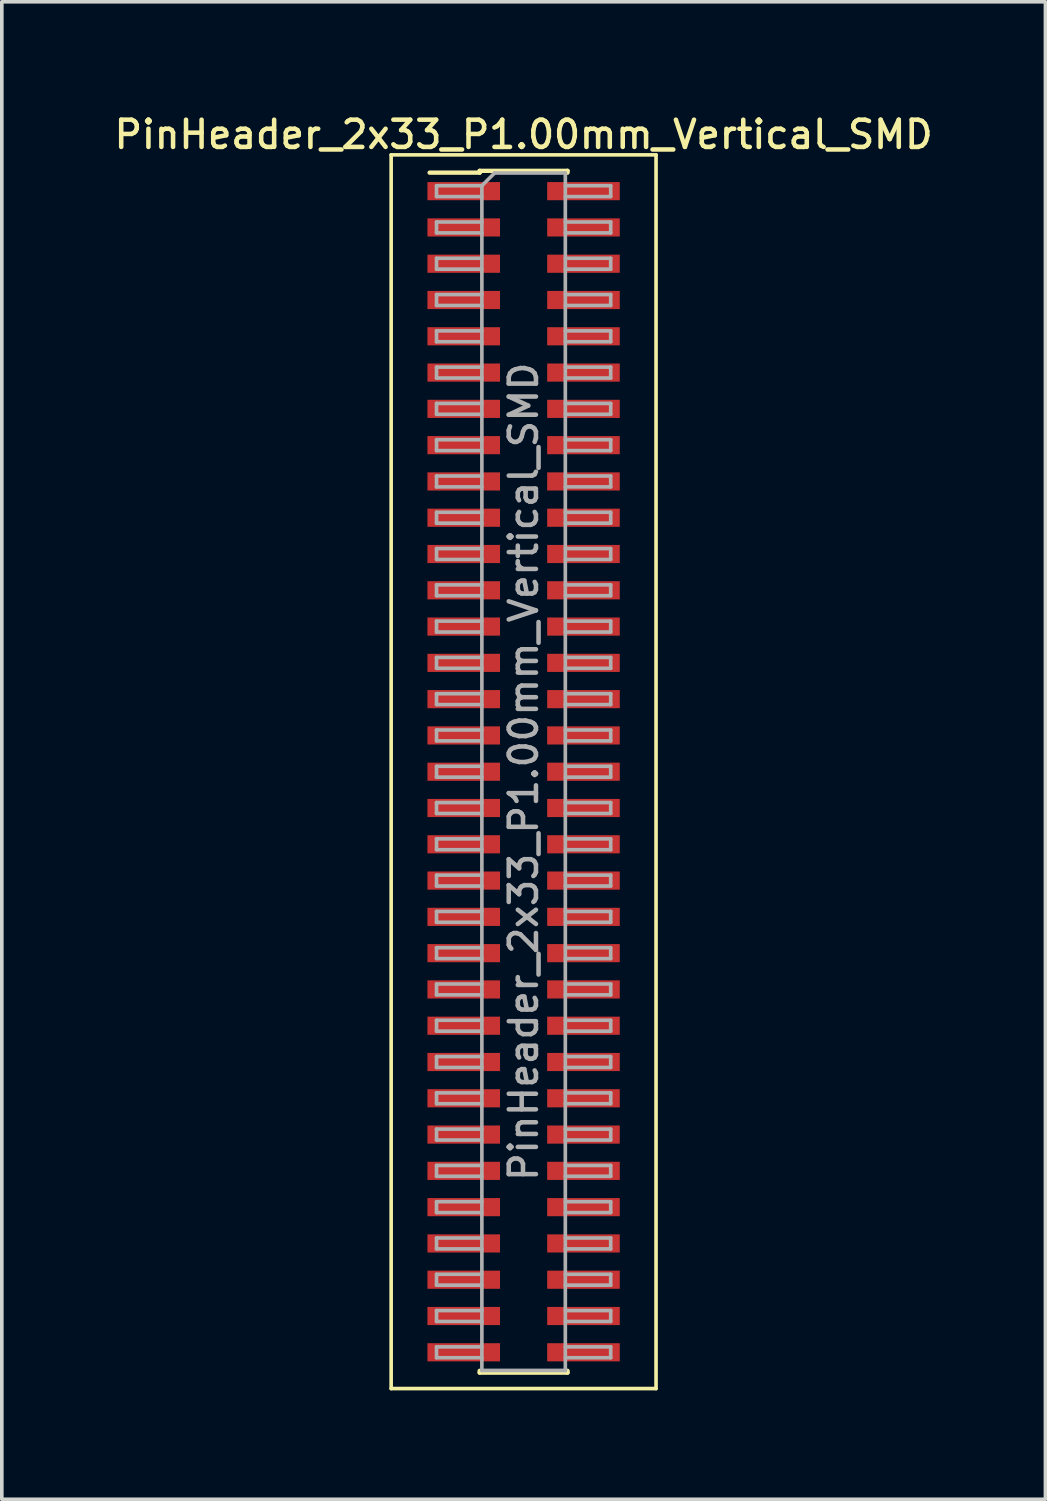
<source format=kicad_pcb>
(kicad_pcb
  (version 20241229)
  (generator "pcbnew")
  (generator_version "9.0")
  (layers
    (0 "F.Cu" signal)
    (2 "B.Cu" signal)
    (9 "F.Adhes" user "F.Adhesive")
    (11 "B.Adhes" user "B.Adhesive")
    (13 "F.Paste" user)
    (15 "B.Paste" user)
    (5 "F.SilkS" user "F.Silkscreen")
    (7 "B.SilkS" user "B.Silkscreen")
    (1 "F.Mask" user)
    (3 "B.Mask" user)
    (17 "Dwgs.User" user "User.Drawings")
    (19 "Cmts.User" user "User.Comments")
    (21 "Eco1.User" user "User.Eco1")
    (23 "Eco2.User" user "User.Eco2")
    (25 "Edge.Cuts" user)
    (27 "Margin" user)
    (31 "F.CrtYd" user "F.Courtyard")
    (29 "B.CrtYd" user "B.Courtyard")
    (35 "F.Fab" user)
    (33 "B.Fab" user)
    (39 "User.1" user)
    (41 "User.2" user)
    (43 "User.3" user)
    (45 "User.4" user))
  (footprint "PinHeader_2x33_P1.00mm_Vertical_SMD"
    (layer "F.Cu")
    (at 11.38 18.218)
    (property "Reference" "PinHeader_2x33_P1.00mm_Vertical_SMD" (at 0 -17.56 0) (layer "F.SilkS") (effects (font (size 0.75 0.75) (thickness 0.125))))
    (attr smd)
    (fp_line (start -3.65 -17) (end -3.65 17) (stroke (width 0.1) (type solid)) (layer "F.SilkS"))
    (fp_line (start -3.65 17) (end 3.65 17) (stroke (width 0.1) (type solid)) (layer "F.SilkS"))
    (fp_line (start -2.59 -16.51) (end -1.21 -16.51) (stroke (width 0.12) (type solid)) (layer "F.SilkS"))
    (fp_line (start -1.21 -16.56) (end -1.21 -16.51) (stroke (width 0.12) (type solid)) (layer "F.SilkS"))
    (fp_line (start -1.21 -16.56) (end 1.21 -16.56) (stroke (width 0.12) (type solid)) (layer "F.SilkS"))
    (fp_line (start -1.21 16.51) (end -1.21 16.56) (stroke (width 0.12) (type solid)) (layer "F.SilkS"))
    (fp_line (start -1.21 16.56) (end 1.21 16.56) (stroke (width 0.12) (type solid)) (layer "F.SilkS"))
    (fp_line (start 1.21 -16.56) (end 1.21 -16.51) (stroke (width 0.12) (type solid)) (layer "F.SilkS"))
    (fp_line (start 1.21 16.51) (end 1.21 16.56) (stroke (width 0.12) (type solid)) (layer "F.SilkS"))
    (fp_line (start 3.65 -17) (end -3.65 -17) (stroke (width 0.1) (type solid)) (layer "F.SilkS"))
    (fp_line (start 3.65 17) (end 3.65 -17) (stroke (width 0.1) (type solid)) (layer "F.SilkS"))
    (fp_line (start -2.4 -16.15) (end -2.4 -15.85) (stroke (width 0.1) (type solid)) (layer "F.Fab"))
    (fp_line (start -2.4 -15.85) (end -1.15 -15.85) (stroke (width 0.1) (type solid)) (layer "F.Fab"))
    (fp_line (start -2.4 -15.15) (end -2.4 -14.85) (stroke (width 0.1) (type solid)) (layer "F.Fab"))
    (fp_line (start -2.4 -14.85) (end -1.15 -14.85) (stroke (width 0.1) (type solid)) (layer "F.Fab"))
    (fp_line (start -2.4 -14.15) (end -2.4 -13.85) (stroke (width 0.1) (type solid)) (layer "F.Fab"))
    (fp_line (start -2.4 -13.85) (end -1.15 -13.85) (stroke (width 0.1) (type solid)) (layer "F.Fab"))
    (fp_line (start -2.4 -13.15) (end -2.4 -12.85) (stroke (width 0.1) (type solid)) (layer "F.Fab"))
    (fp_line (start -2.4 -12.85) (end -1.15 -12.85) (stroke (width 0.1) (type solid)) (layer "F.Fab"))
    (fp_line (start -2.4 -12.15) (end -2.4 -11.85) (stroke (width 0.1) (type solid)) (layer "F.Fab"))
    (fp_line (start -2.4 -11.85) (end -1.15 -11.85) (stroke (width 0.1) (type solid)) (layer "F.Fab"))
    (fp_line (start -2.4 -11.15) (end -2.4 -10.85) (stroke (width 0.1) (type solid)) (layer "F.Fab"))
    (fp_line (start -2.4 -10.85) (end -1.15 -10.85) (stroke (width 0.1) (type solid)) (layer "F.Fab"))
    (fp_line (start -2.4 -10.15) (end -2.4 -9.85) (stroke (width 0.1) (type solid)) (layer "F.Fab"))
    (fp_line (start -2.4 -9.85) (end -1.15 -9.85) (stroke (width 0.1) (type solid)) (layer "F.Fab"))
    (fp_line (start -2.4 -9.15) (end -2.4 -8.85) (stroke (width 0.1) (type solid)) (layer "F.Fab"))
    (fp_line (start -2.4 -8.85) (end -1.15 -8.85) (stroke (width 0.1) (type solid)) (layer "F.Fab"))
    (fp_line (start -2.4 -8.15) (end -2.4 -7.85) (stroke (width 0.1) (type solid)) (layer "F.Fab"))
    (fp_line (start -2.4 -7.85) (end -1.15 -7.85) (stroke (width 0.1) (type solid)) (layer "F.Fab"))
    (fp_line (start -2.4 -7.15) (end -2.4 -6.85) (stroke (width 0.1) (type solid)) (layer "F.Fab"))
    (fp_line (start -2.4 -6.85) (end -1.15 -6.85) (stroke (width 0.1) (type solid)) (layer "F.Fab"))
    (fp_line (start -2.4 -6.15) (end -2.4 -5.85) (stroke (width 0.1) (type solid)) (layer "F.Fab"))
    (fp_line (start -2.4 -5.85) (end -1.15 -5.85) (stroke (width 0.1) (type solid)) (layer "F.Fab"))
    (fp_line (start -2.4 -5.15) (end -2.4 -4.85) (stroke (width 0.1) (type solid)) (layer "F.Fab"))
    (fp_line (start -2.4 -4.85) (end -1.15 -4.85) (stroke (width 0.1) (type solid)) (layer "F.Fab"))
    (fp_line (start -2.4 -4.15) (end -2.4 -3.85) (stroke (width 0.1) (type solid)) (layer "F.Fab"))
    (fp_line (start -2.4 -3.85) (end -1.15 -3.85) (stroke (width 0.1) (type solid)) (layer "F.Fab"))
    (fp_line (start -2.4 -3.15) (end -2.4 -2.85) (stroke (width 0.1) (type solid)) (layer "F.Fab"))
    (fp_line (start -2.4 -2.85) (end -1.15 -2.85) (stroke (width 0.1) (type solid)) (layer "F.Fab"))
    (fp_line (start -2.4 -2.15) (end -2.4 -1.85) (stroke (width 0.1) (type solid)) (layer "F.Fab"))
    (fp_line (start -2.4 -1.85) (end -1.15 -1.85) (stroke (width 0.1) (type solid)) (layer "F.Fab"))
    (fp_line (start -2.4 -1.15) (end -2.4 -0.85) (stroke (width 0.1) (type solid)) (layer "F.Fab"))
    (fp_line (start -2.4 -0.85) (end -1.15 -0.85) (stroke (width 0.1) (type solid)) (layer "F.Fab"))
    (fp_line (start -2.4 -0.15) (end -2.4 0.15) (stroke (width 0.1) (type solid)) (layer "F.Fab"))
    (fp_line (start -2.4 0.15) (end -1.15 0.15) (stroke (width 0.1) (type solid)) (layer "F.Fab"))
    (fp_line (start -2.4 0.85) (end -2.4 1.15) (stroke (width 0.1) (type solid)) (layer "F.Fab"))
    (fp_line (start -2.4 1.15) (end -1.15 1.15) (stroke (width 0.1) (type solid)) (layer "F.Fab"))
    (fp_line (start -2.4 1.85) (end -2.4 2.15) (stroke (width 0.1) (type solid)) (layer "F.Fab"))
    (fp_line (start -2.4 2.15) (end -1.15 2.15) (stroke (width 0.1) (type solid)) (layer "F.Fab"))
    (fp_line (start -2.4 2.85) (end -2.4 3.15) (stroke (width 0.1) (type solid)) (layer "F.Fab"))
    (fp_line (start -2.4 3.15) (end -1.15 3.15) (stroke (width 0.1) (type solid)) (layer "F.Fab"))
    (fp_line (start -2.4 3.85) (end -2.4 4.15) (stroke (width 0.1) (type solid)) (layer "F.Fab"))
    (fp_line (start -2.4 4.15) (end -1.15 4.15) (stroke (width 0.1) (type solid)) (layer "F.Fab"))
    (fp_line (start -2.4 4.85) (end -2.4 5.15) (stroke (width 0.1) (type solid)) (layer "F.Fab"))
    (fp_line (start -2.4 5.15) (end -1.15 5.15) (stroke (width 0.1) (type solid)) (layer "F.Fab"))
    (fp_line (start -2.4 5.85) (end -2.4 6.15) (stroke (width 0.1) (type solid)) (layer "F.Fab"))
    (fp_line (start -2.4 6.15) (end -1.15 6.15) (stroke (width 0.1) (type solid)) (layer "F.Fab"))
    (fp_line (start -2.4 6.85) (end -2.4 7.15) (stroke (width 0.1) (type solid)) (layer "F.Fab"))
    (fp_line (start -2.4 7.15) (end -1.15 7.15) (stroke (width 0.1) (type solid)) (layer "F.Fab"))
    (fp_line (start -2.4 7.85) (end -2.4 8.15) (stroke (width 0.1) (type solid)) (layer "F.Fab"))
    (fp_line (start -2.4 8.15) (end -1.15 8.15) (stroke (width 0.1) (type solid)) (layer "F.Fab"))
    (fp_line (start -2.4 8.85) (end -2.4 9.15) (stroke (width 0.1) (type solid)) (layer "F.Fab"))
    (fp_line (start -2.4 9.15) (end -1.15 9.15) (stroke (width 0.1) (type solid)) (layer "F.Fab"))
    (fp_line (start -2.4 9.85) (end -2.4 10.15) (stroke (width 0.1) (type solid)) (layer "F.Fab"))
    (fp_line (start -2.4 10.15) (end -1.15 10.15) (stroke (width 0.1) (type solid)) (layer "F.Fab"))
    (fp_line (start -2.4 10.85) (end -2.4 11.15) (stroke (width 0.1) (type solid)) (layer "F.Fab"))
    (fp_line (start -2.4 11.15) (end -1.15 11.15) (stroke (width 0.1) (type solid)) (layer "F.Fab"))
    (fp_line (start -2.4 11.85) (end -2.4 12.15) (stroke (width 0.1) (type solid)) (layer "F.Fab"))
    (fp_line (start -2.4 12.15) (end -1.15 12.15) (stroke (width 0.1) (type solid)) (layer "F.Fab"))
    (fp_line (start -2.4 12.85) (end -2.4 13.15) (stroke (width 0.1) (type solid)) (layer "F.Fab"))
    (fp_line (start -2.4 13.15) (end -1.15 13.15) (stroke (width 0.1) (type solid)) (layer "F.Fab"))
    (fp_line (start -2.4 13.85) (end -2.4 14.15) (stroke (width 0.1) (type solid)) (layer "F.Fab"))
    (fp_line (start -2.4 14.15) (end -1.15 14.15) (stroke (width 0.1) (type solid)) (layer "F.Fab"))
    (fp_line (start -2.4 14.85) (end -2.4 15.15) (stroke (width 0.1) (type solid)) (layer "F.Fab"))
    (fp_line (start -2.4 15.15) (end -1.15 15.15) (stroke (width 0.1) (type solid)) (layer "F.Fab"))
    (fp_line (start -2.4 15.85) (end -2.4 16.15) (stroke (width 0.1) (type solid)) (layer "F.Fab"))
    (fp_line (start -2.4 16.15) (end -1.15 16.15) (stroke (width 0.1) (type solid)) (layer "F.Fab"))
    (fp_line (start -1.15 -16.15) (end -2.4 -16.15) (stroke (width 0.1) (type solid)) (layer "F.Fab"))
    (fp_line (start -1.15 -16.15) (end -0.8 -16.5) (stroke (width 0.1) (type solid)) (layer "F.Fab"))
    (fp_line (start -1.15 -15.15) (end -2.4 -15.15) (stroke (width 0.1) (type solid)) (layer "F.Fab"))
    (fp_line (start -1.15 -14.15) (end -2.4 -14.15) (stroke (width 0.1) (type solid)) (layer "F.Fab"))
    (fp_line (start -1.15 -13.15) (end -2.4 -13.15) (stroke (width 0.1) (type solid)) (layer "F.Fab"))
    (fp_line (start -1.15 -12.15) (end -2.4 -12.15) (stroke (width 0.1) (type solid)) (layer "F.Fab"))
    (fp_line (start -1.15 -11.15) (end -2.4 -11.15) (stroke (width 0.1) (type solid)) (layer "F.Fab"))
    (fp_line (start -1.15 -10.15) (end -2.4 -10.15) (stroke (width 0.1) (type solid)) (layer "F.Fab"))
    (fp_line (start -1.15 -9.15) (end -2.4 -9.15) (stroke (width 0.1) (type solid)) (layer "F.Fab"))
    (fp_line (start -1.15 -8.15) (end -2.4 -8.15) (stroke (width 0.1) (type solid)) (layer "F.Fab"))
    (fp_line (start -1.15 -7.15) (end -2.4 -7.15) (stroke (width 0.1) (type solid)) (layer "F.Fab"))
    (fp_line (start -1.15 -6.15) (end -2.4 -6.15) (stroke (width 0.1) (type solid)) (layer "F.Fab"))
    (fp_line (start -1.15 -5.15) (end -2.4 -5.15) (stroke (width 0.1) (type solid)) (layer "F.Fab"))
    (fp_line (start -1.15 -4.15) (end -2.4 -4.15) (stroke (width 0.1) (type solid)) (layer "F.Fab"))
    (fp_line (start -1.15 -3.15) (end -2.4 -3.15) (stroke (width 0.1) (type solid)) (layer "F.Fab"))
    (fp_line (start -1.15 -2.15) (end -2.4 -2.15) (stroke (width 0.1) (type solid)) (layer "F.Fab"))
    (fp_line (start -1.15 -1.15) (end -2.4 -1.15) (stroke (width 0.1) (type solid)) (layer "F.Fab"))
    (fp_line (start -1.15 -0.15) (end -2.4 -0.15) (stroke (width 0.1) (type solid)) (layer "F.Fab"))
    (fp_line (start -1.15 0.85) (end -2.4 0.85) (stroke (width 0.1) (type solid)) (layer "F.Fab"))
    (fp_line (start -1.15 1.85) (end -2.4 1.85) (stroke (width 0.1) (type solid)) (layer "F.Fab"))
    (fp_line (start -1.15 2.85) (end -2.4 2.85) (stroke (width 0.1) (type solid)) (layer "F.Fab"))
    (fp_line (start -1.15 3.85) (end -2.4 3.85) (stroke (width 0.1) (type solid)) (layer "F.Fab"))
    (fp_line (start -1.15 4.85) (end -2.4 4.85) (stroke (width 0.1) (type solid)) (layer "F.Fab"))
    (fp_line (start -1.15 5.85) (end -2.4 5.85) (stroke (width 0.1) (type solid)) (layer "F.Fab"))
    (fp_line (start -1.15 6.85) (end -2.4 6.85) (stroke (width 0.1) (type solid)) (layer "F.Fab"))
    (fp_line (start -1.15 7.85) (end -2.4 7.85) (stroke (width 0.1) (type solid)) (layer "F.Fab"))
    (fp_line (start -1.15 8.85) (end -2.4 8.85) (stroke (width 0.1) (type solid)) (layer "F.Fab"))
    (fp_line (start -1.15 9.85) (end -2.4 9.85) (stroke (width 0.1) (type solid)) (layer "F.Fab"))
    (fp_line (start -1.15 10.85) (end -2.4 10.85) (stroke (width 0.1) (type solid)) (layer "F.Fab"))
    (fp_line (start -1.15 11.85) (end -2.4 11.85) (stroke (width 0.1) (type solid)) (layer "F.Fab"))
    (fp_line (start -1.15 12.85) (end -2.4 12.85) (stroke (width 0.1) (type solid)) (layer "F.Fab"))
    (fp_line (start -1.15 13.85) (end -2.4 13.85) (stroke (width 0.1) (type solid)) (layer "F.Fab"))
    (fp_line (start -1.15 14.85) (end -2.4 14.85) (stroke (width 0.1) (type solid)) (layer "F.Fab"))
    (fp_line (start -1.15 15.85) (end -2.4 15.85) (stroke (width 0.1) (type solid)) (layer "F.Fab"))
    (fp_line (start -1.15 16.5) (end -1.15 -16.15) (stroke (width 0.1) (type solid)) (layer "F.Fab"))
    (fp_line (start -0.8 -16.5) (end 1.15 -16.5) (stroke (width 0.1) (type solid)) (layer "F.Fab"))
    (fp_line (start 1.15 -16.5) (end 1.15 16.5) (stroke (width 0.1) (type solid)) (layer "F.Fab"))
    (fp_line (start 1.15 -16.15) (end 2.4 -16.15) (stroke (width 0.1) (type solid)) (layer "F.Fab"))
    (fp_line (start 1.15 -15.15) (end 2.4 -15.15) (stroke (width 0.1) (type solid)) (layer "F.Fab"))
    (fp_line (start 1.15 -14.15) (end 2.4 -14.15) (stroke (width 0.1) (type solid)) (layer "F.Fab"))
    (fp_line (start 1.15 -13.15) (end 2.4 -13.15) (stroke (width 0.1) (type solid)) (layer "F.Fab"))
    (fp_line (start 1.15 -12.15) (end 2.4 -12.15) (stroke (width 0.1) (type solid)) (layer "F.Fab"))
    (fp_line (start 1.15 -11.15) (end 2.4 -11.15) (stroke (width 0.1) (type solid)) (layer "F.Fab"))
    (fp_line (start 1.15 -10.15) (end 2.4 -10.15) (stroke (width 0.1) (type solid)) (layer "F.Fab"))
    (fp_line (start 1.15 -9.15) (end 2.4 -9.15) (stroke (width 0.1) (type solid)) (layer "F.Fab"))
    (fp_line (start 1.15 -8.15) (end 2.4 -8.15) (stroke (width 0.1) (type solid)) (layer "F.Fab"))
    (fp_line (start 1.15 -7.15) (end 2.4 -7.15) (stroke (width 0.1) (type solid)) (layer "F.Fab"))
    (fp_line (start 1.15 -6.15) (end 2.4 -6.15) (stroke (width 0.1) (type solid)) (layer "F.Fab"))
    (fp_line (start 1.15 -5.15) (end 2.4 -5.15) (stroke (width 0.1) (type solid)) (layer "F.Fab"))
    (fp_line (start 1.15 -4.15) (end 2.4 -4.15) (stroke (width 0.1) (type solid)) (layer "F.Fab"))
    (fp_line (start 1.15 -3.15) (end 2.4 -3.15) (stroke (width 0.1) (type solid)) (layer "F.Fab"))
    (fp_line (start 1.15 -2.15) (end 2.4 -2.15) (stroke (width 0.1) (type solid)) (layer "F.Fab"))
    (fp_line (start 1.15 -1.15) (end 2.4 -1.15) (stroke (width 0.1) (type solid)) (layer "F.Fab"))
    (fp_line (start 1.15 -0.15) (end 2.4 -0.15) (stroke (width 0.1) (type solid)) (layer "F.Fab"))
    (fp_line (start 1.15 0.85) (end 2.4 0.85) (stroke (width 0.1) (type solid)) (layer "F.Fab"))
    (fp_line (start 1.15 1.85) (end 2.4 1.85) (stroke (width 0.1) (type solid)) (layer "F.Fab"))
    (fp_line (start 1.15 2.85) (end 2.4 2.85) (stroke (width 0.1) (type solid)) (layer "F.Fab"))
    (fp_line (start 1.15 3.85) (end 2.4 3.85) (stroke (width 0.1) (type solid)) (layer "F.Fab"))
    (fp_line (start 1.15 4.85) (end 2.4 4.85) (stroke (width 0.1) (type solid)) (layer "F.Fab"))
    (fp_line (start 1.15 5.85) (end 2.4 5.85) (stroke (width 0.1) (type solid)) (layer "F.Fab"))
    (fp_line (start 1.15 6.85) (end 2.4 6.85) (stroke (width 0.1) (type solid)) (layer "F.Fab"))
    (fp_line (start 1.15 7.85) (end 2.4 7.85) (stroke (width 0.1) (type solid)) (layer "F.Fab"))
    (fp_line (start 1.15 8.85) (end 2.4 8.85) (stroke (width 0.1) (type solid)) (layer "F.Fab"))
    (fp_line (start 1.15 9.85) (end 2.4 9.85) (stroke (width 0.1) (type solid)) (layer "F.Fab"))
    (fp_line (start 1.15 10.85) (end 2.4 10.85) (stroke (width 0.1) (type solid)) (layer "F.Fab"))
    (fp_line (start 1.15 11.85) (end 2.4 11.85) (stroke (width 0.1) (type solid)) (layer "F.Fab"))
    (fp_line (start 1.15 12.85) (end 2.4 12.85) (stroke (width 0.1) (type solid)) (layer "F.Fab"))
    (fp_line (start 1.15 13.85) (end 2.4 13.85) (stroke (width 0.1) (type solid)) (layer "F.Fab"))
    (fp_line (start 1.15 14.85) (end 2.4 14.85) (stroke (width 0.1) (type solid)) (layer "F.Fab"))
    (fp_line (start 1.15 15.85) (end 2.4 15.85) (stroke (width 0.1) (type solid)) (layer "F.Fab"))
    (fp_line (start 1.15 16.5) (end -1.15 16.5) (stroke (width 0.1) (type solid)) (layer "F.Fab"))
    (fp_line (start 2.4 -16.15) (end 2.4 -15.85) (stroke (width 0.1) (type solid)) (layer "F.Fab"))
    (fp_line (start 2.4 -15.85) (end 1.15 -15.85) (stroke (width 0.1) (type solid)) (layer "F.Fab"))
    (fp_line (start 2.4 -15.15) (end 2.4 -14.85) (stroke (width 0.1) (type solid)) (layer "F.Fab"))
    (fp_line (start 2.4 -14.85) (end 1.15 -14.85) (stroke (width 0.1) (type solid)) (layer "F.Fab"))
    (fp_line (start 2.4 -14.15) (end 2.4 -13.85) (stroke (width 0.1) (type solid)) (layer "F.Fab"))
    (fp_line (start 2.4 -13.85) (end 1.15 -13.85) (stroke (width 0.1) (type solid)) (layer "F.Fab"))
    (fp_line (start 2.4 -13.15) (end 2.4 -12.85) (stroke (width 0.1) (type solid)) (layer "F.Fab"))
    (fp_line (start 2.4 -12.85) (end 1.15 -12.85) (stroke (width 0.1) (type solid)) (layer "F.Fab"))
    (fp_line (start 2.4 -12.15) (end 2.4 -11.85) (stroke (width 0.1) (type solid)) (layer "F.Fab"))
    (fp_line (start 2.4 -11.85) (end 1.15 -11.85) (stroke (width 0.1) (type solid)) (layer "F.Fab"))
    (fp_line (start 2.4 -11.15) (end 2.4 -10.85) (stroke (width 0.1) (type solid)) (layer "F.Fab"))
    (fp_line (start 2.4 -10.85) (end 1.15 -10.85) (stroke (width 0.1) (type solid)) (layer "F.Fab"))
    (fp_line (start 2.4 -10.15) (end 2.4 -9.85) (stroke (width 0.1) (type solid)) (layer "F.Fab"))
    (fp_line (start 2.4 -9.85) (end 1.15 -9.85) (stroke (width 0.1) (type solid)) (layer "F.Fab"))
    (fp_line (start 2.4 -9.15) (end 2.4 -8.85) (stroke (width 0.1) (type solid)) (layer "F.Fab"))
    (fp_line (start 2.4 -8.85) (end 1.15 -8.85) (stroke (width 0.1) (type solid)) (layer "F.Fab"))
    (fp_line (start 2.4 -8.15) (end 2.4 -7.85) (stroke (width 0.1) (type solid)) (layer "F.Fab"))
    (fp_line (start 2.4 -7.85) (end 1.15 -7.85) (stroke (width 0.1) (type solid)) (layer "F.Fab"))
    (fp_line (start 2.4 -7.15) (end 2.4 -6.85) (stroke (width 0.1) (type solid)) (layer "F.Fab"))
    (fp_line (start 2.4 -6.85) (end 1.15 -6.85) (stroke (width 0.1) (type solid)) (layer "F.Fab"))
    (fp_line (start 2.4 -6.15) (end 2.4 -5.85) (stroke (width 0.1) (type solid)) (layer "F.Fab"))
    (fp_line (start 2.4 -5.85) (end 1.15 -5.85) (stroke (width 0.1) (type solid)) (layer "F.Fab"))
    (fp_line (start 2.4 -5.15) (end 2.4 -4.85) (stroke (width 0.1) (type solid)) (layer "F.Fab"))
    (fp_line (start 2.4 -4.85) (end 1.15 -4.85) (stroke (width 0.1) (type solid)) (layer "F.Fab"))
    (fp_line (start 2.4 -4.15) (end 2.4 -3.85) (stroke (width 0.1) (type solid)) (layer "F.Fab"))
    (fp_line (start 2.4 -3.85) (end 1.15 -3.85) (stroke (width 0.1) (type solid)) (layer "F.Fab"))
    (fp_line (start 2.4 -3.15) (end 2.4 -2.85) (stroke (width 0.1) (type solid)) (layer "F.Fab"))
    (fp_line (start 2.4 -2.85) (end 1.15 -2.85) (stroke (width 0.1) (type solid)) (layer "F.Fab"))
    (fp_line (start 2.4 -2.15) (end 2.4 -1.85) (stroke (width 0.1) (type solid)) (layer "F.Fab"))
    (fp_line (start 2.4 -1.85) (end 1.15 -1.85) (stroke (width 0.1) (type solid)) (layer "F.Fab"))
    (fp_line (start 2.4 -1.15) (end 2.4 -0.85) (stroke (width 0.1) (type solid)) (layer "F.Fab"))
    (fp_line (start 2.4 -0.85) (end 1.15 -0.85) (stroke (width 0.1) (type solid)) (layer "F.Fab"))
    (fp_line (start 2.4 -0.15) (end 2.4 0.15) (stroke (width 0.1) (type solid)) (layer "F.Fab"))
    (fp_line (start 2.4 0.15) (end 1.15 0.15) (stroke (width 0.1) (type solid)) (layer "F.Fab"))
    (fp_line (start 2.4 0.85) (end 2.4 1.15) (stroke (width 0.1) (type solid)) (layer "F.Fab"))
    (fp_line (start 2.4 1.15) (end 1.15 1.15) (stroke (width 0.1) (type solid)) (layer "F.Fab"))
    (fp_line (start 2.4 1.85) (end 2.4 2.15) (stroke (width 0.1) (type solid)) (layer "F.Fab"))
    (fp_line (start 2.4 2.15) (end 1.15 2.15) (stroke (width 0.1) (type solid)) (layer "F.Fab"))
    (fp_line (start 2.4 2.85) (end 2.4 3.15) (stroke (width 0.1) (type solid)) (layer "F.Fab"))
    (fp_line (start 2.4 3.15) (end 1.15 3.15) (stroke (width 0.1) (type solid)) (layer "F.Fab"))
    (fp_line (start 2.4 3.85) (end 2.4 4.15) (stroke (width 0.1) (type solid)) (layer "F.Fab"))
    (fp_line (start 2.4 4.15) (end 1.15 4.15) (stroke (width 0.1) (type solid)) (layer "F.Fab"))
    (fp_line (start 2.4 4.85) (end 2.4 5.15) (stroke (width 0.1) (type solid)) (layer "F.Fab"))
    (fp_line (start 2.4 5.15) (end 1.15 5.15) (stroke (width 0.1) (type solid)) (layer "F.Fab"))
    (fp_line (start 2.4 5.85) (end 2.4 6.15) (stroke (width 0.1) (type solid)) (layer "F.Fab"))
    (fp_line (start 2.4 6.15) (end 1.15 6.15) (stroke (width 0.1) (type solid)) (layer "F.Fab"))
    (fp_line (start 2.4 6.85) (end 2.4 7.15) (stroke (width 0.1) (type solid)) (layer "F.Fab"))
    (fp_line (start 2.4 7.15) (end 1.15 7.15) (stroke (width 0.1) (type solid)) (layer "F.Fab"))
    (fp_line (start 2.4 7.85) (end 2.4 8.15) (stroke (width 0.1) (type solid)) (layer "F.Fab"))
    (fp_line (start 2.4 8.15) (end 1.15 8.15) (stroke (width 0.1) (type solid)) (layer "F.Fab"))
    (fp_line (start 2.4 8.85) (end 2.4 9.15) (stroke (width 0.1) (type solid)) (layer "F.Fab"))
    (fp_line (start 2.4 9.15) (end 1.15 9.15) (stroke (width 0.1) (type solid)) (layer "F.Fab"))
    (fp_line (start 2.4 9.85) (end 2.4 10.15) (stroke (width 0.1) (type solid)) (layer "F.Fab"))
    (fp_line (start 2.4 10.15) (end 1.15 10.15) (stroke (width 0.1) (type solid)) (layer "F.Fab"))
    (fp_line (start 2.4 10.85) (end 2.4 11.15) (stroke (width 0.1) (type solid)) (layer "F.Fab"))
    (fp_line (start 2.4 11.15) (end 1.15 11.15) (stroke (width 0.1) (type solid)) (layer "F.Fab"))
    (fp_line (start 2.4 11.85) (end 2.4 12.15) (stroke (width 0.1) (type solid)) (layer "F.Fab"))
    (fp_line (start 2.4 12.15) (end 1.15 12.15) (stroke (width 0.1) (type solid)) (layer "F.Fab"))
    (fp_line (start 2.4 12.85) (end 2.4 13.15) (stroke (width 0.1) (type solid)) (layer "F.Fab"))
    (fp_line (start 2.4 13.15) (end 1.15 13.15) (stroke (width 0.1) (type solid)) (layer "F.Fab"))
    (fp_line (start 2.4 13.85) (end 2.4 14.15) (stroke (width 0.1) (type solid)) (layer "F.Fab"))
    (fp_line (start 2.4 14.15) (end 1.15 14.15) (stroke (width 0.1) (type solid)) (layer "F.Fab"))
    (fp_line (start 2.4 14.85) (end 2.4 15.15) (stroke (width 0.1) (type solid)) (layer "F.Fab"))
    (fp_line (start 2.4 15.15) (end 1.15 15.15) (stroke (width 0.1) (type solid)) (layer "F.Fab"))
    (fp_line (start 2.4 15.85) (end 2.4 16.15) (stroke (width 0.1) (type solid)) (layer "F.Fab"))
    (fp_line (start 2.4 16.15) (end 1.15 16.15) (stroke (width 0.1) (type solid)) (layer "F.Fab"))
    (fp_text user "${REFERENCE}" (at 0 0 90) (layer "F.Fab") (effects (font (size 0.75 0.75) (thickness 0.125))))
    (pad "1" smd rect (at -1.65 -16) (size 2 0.5) (layers "F.Cu" "F.Mask" "F.Paste"))
    (pad "2" smd rect (at 1.65 -16) (size 2 0.5) (layers "F.Cu" "F.Mask" "F.Paste"))
    (pad "3" smd rect (at -1.65 -15) (size 2 0.5) (layers "F.Cu" "F.Mask" "F.Paste"))
    (pad "4" smd rect (at 1.65 -15) (size 2 0.5) (layers "F.Cu" "F.Mask" "F.Paste"))
    (pad "5" smd rect (at -1.65 -14) (size 2 0.5) (layers "F.Cu" "F.Mask" "F.Paste"))
    (pad "6" smd rect (at 1.65 -14) (size 2 0.5) (layers "F.Cu" "F.Mask" "F.Paste"))
    (pad "7" smd rect (at -1.65 -13) (size 2 0.5) (layers "F.Cu" "F.Mask" "F.Paste"))
    (pad "8" smd rect (at 1.65 -13) (size 2 0.5) (layers "F.Cu" "F.Mask" "F.Paste"))
    (pad "9" smd rect (at -1.65 -12) (size 2 0.5) (layers "F.Cu" "F.Mask" "F.Paste"))
    (pad "10" smd rect (at 1.65 -12) (size 2 0.5) (layers "F.Cu" "F.Mask" "F.Paste"))
    (pad "11" smd rect (at -1.65 -11) (size 2 0.5) (layers "F.Cu" "F.Mask" "F.Paste"))
    (pad "12" smd rect (at 1.65 -11) (size 2 0.5) (layers "F.Cu" "F.Mask" "F.Paste"))
    (pad "13" smd rect (at -1.65 -10) (size 2 0.5) (layers "F.Cu" "F.Mask" "F.Paste"))
    (pad "14" smd rect (at 1.65 -10) (size 2 0.5) (layers "F.Cu" "F.Mask" "F.Paste"))
    (pad "15" smd rect (at -1.65 -9) (size 2 0.5) (layers "F.Cu" "F.Mask" "F.Paste"))
    (pad "16" smd rect (at 1.65 -9) (size 2 0.5) (layers "F.Cu" "F.Mask" "F.Paste"))
    (pad "17" smd rect (at -1.65 -8) (size 2 0.5) (layers "F.Cu" "F.Mask" "F.Paste"))
    (pad "18" smd rect (at 1.65 -8) (size 2 0.5) (layers "F.Cu" "F.Mask" "F.Paste"))
    (pad "19" smd rect (at -1.65 -7) (size 2 0.5) (layers "F.Cu" "F.Mask" "F.Paste"))
    (pad "20" smd rect (at 1.65 -7) (size 2 0.5) (layers "F.Cu" "F.Mask" "F.Paste"))
    (pad "21" smd rect (at -1.65 -6) (size 2 0.5) (layers "F.Cu" "F.Mask" "F.Paste"))
    (pad "22" smd rect (at 1.65 -6) (size 2 0.5) (layers "F.Cu" "F.Mask" "F.Paste"))
    (pad "23" smd rect (at -1.65 -5) (size 2 0.5) (layers "F.Cu" "F.Mask" "F.Paste"))
    (pad "24" smd rect (at 1.65 -5) (size 2 0.5) (layers "F.Cu" "F.Mask" "F.Paste"))
    (pad "25" smd rect (at -1.65 -4) (size 2 0.5) (layers "F.Cu" "F.Mask" "F.Paste"))
    (pad "26" smd rect (at 1.65 -4) (size 2 0.5) (layers "F.Cu" "F.Mask" "F.Paste"))
    (pad "27" smd rect (at -1.65 -3) (size 2 0.5) (layers "F.Cu" "F.Mask" "F.Paste"))
    (pad "28" smd rect (at 1.65 -3) (size 2 0.5) (layers "F.Cu" "F.Mask" "F.Paste"))
    (pad "29" smd rect (at -1.65 -2) (size 2 0.5) (layers "F.Cu" "F.Mask" "F.Paste"))
    (pad "30" smd rect (at 1.65 -2) (size 2 0.5) (layers "F.Cu" "F.Mask" "F.Paste"))
    (pad "31" smd rect (at -1.65 -1) (size 2 0.5) (layers "F.Cu" "F.Mask" "F.Paste"))
    (pad "32" smd rect (at 1.65 -1) (size 2 0.5) (layers "F.Cu" "F.Mask" "F.Paste"))
    (pad "33" smd rect (at -1.65 0) (size 2 0.5) (layers "F.Cu" "F.Mask" "F.Paste"))
    (pad "34" smd rect (at 1.65 0) (size 2 0.5) (layers "F.Cu" "F.Mask" "F.Paste"))
    (pad "35" smd rect (at -1.65 1) (size 2 0.5) (layers "F.Cu" "F.Mask" "F.Paste"))
    (pad "36" smd rect (at 1.65 1) (size 2 0.5) (layers "F.Cu" "F.Mask" "F.Paste"))
    (pad "37" smd rect (at -1.65 2) (size 2 0.5) (layers "F.Cu" "F.Mask" "F.Paste"))
    (pad "38" smd rect (at 1.65 2) (size 2 0.5) (layers "F.Cu" "F.Mask" "F.Paste"))
    (pad "39" smd rect (at -1.65 3) (size 2 0.5) (layers "F.Cu" "F.Mask" "F.Paste"))
    (pad "40" smd rect (at 1.65 3) (size 2 0.5) (layers "F.Cu" "F.Mask" "F.Paste"))
    (pad "41" smd rect (at -1.65 4) (size 2 0.5) (layers "F.Cu" "F.Mask" "F.Paste"))
    (pad "42" smd rect (at 1.65 4) (size 2 0.5) (layers "F.Cu" "F.Mask" "F.Paste"))
    (pad "43" smd rect (at -1.65 5) (size 2 0.5) (layers "F.Cu" "F.Mask" "F.Paste"))
    (pad "44" smd rect (at 1.65 5) (size 2 0.5) (layers "F.Cu" "F.Mask" "F.Paste"))
    (pad "45" smd rect (at -1.65 6) (size 2 0.5) (layers "F.Cu" "F.Mask" "F.Paste"))
    (pad "46" smd rect (at 1.65 6) (size 2 0.5) (layers "F.Cu" "F.Mask" "F.Paste"))
    (pad "47" smd rect (at -1.65 7) (size 2 0.5) (layers "F.Cu" "F.Mask" "F.Paste"))
    (pad "48" smd rect (at 1.65 7) (size 2 0.5) (layers "F.Cu" "F.Mask" "F.Paste"))
    (pad "49" smd rect (at -1.65 8) (size 2 0.5) (layers "F.Cu" "F.Mask" "F.Paste"))
    (pad "50" smd rect (at 1.65 8) (size 2 0.5) (layers "F.Cu" "F.Mask" "F.Paste"))
    (pad "51" smd rect (at -1.65 9) (size 2 0.5) (layers "F.Cu" "F.Mask" "F.Paste"))
    (pad "52" smd rect (at 1.65 9) (size 2 0.5) (layers "F.Cu" "F.Mask" "F.Paste"))
    (pad "53" smd rect (at -1.65 10) (size 2 0.5) (layers "F.Cu" "F.Mask" "F.Paste"))
    (pad "54" smd rect (at 1.65 10) (size 2 0.5) (layers "F.Cu" "F.Mask" "F.Paste"))
    (pad "55" smd rect (at -1.65 11) (size 2 0.5) (layers "F.Cu" "F.Mask" "F.Paste"))
    (pad "56" smd rect (at 1.65 11) (size 2 0.5) (layers "F.Cu" "F.Mask" "F.Paste"))
    (pad "57" smd rect (at -1.65 12) (size 2 0.5) (layers "F.Cu" "F.Mask" "F.Paste"))
    (pad "58" smd rect (at 1.65 12) (size 2 0.5) (layers "F.Cu" "F.Mask" "F.Paste"))
    (pad "59" smd rect (at -1.65 13) (size 2 0.5) (layers "F.Cu" "F.Mask" "F.Paste"))
    (pad "60" smd rect (at 1.65 13) (size 2 0.5) (layers "F.Cu" "F.Mask" "F.Paste"))
    (pad "61" smd rect (at -1.65 14) (size 2 0.5) (layers "F.Cu" "F.Mask" "F.Paste"))
    (pad "62" smd rect (at 1.65 14) (size 2 0.5) (layers "F.Cu" "F.Mask" "F.Paste"))
    (pad "63" smd rect (at -1.65 15) (size 2 0.5) (layers "F.Cu" "F.Mask" "F.Paste"))
    (pad "64" smd rect (at 1.65 15) (size 2 0.5) (layers "F.Cu" "F.Mask" "F.Paste"))
    (pad "65" smd rect (at -1.65 16) (size 2 0.5) (layers "F.Cu" "F.Mask" "F.Paste"))
    (pad "66" smd rect (at 1.65 16) (size 2 0.5) (layers "F.Cu" "F.Mask" "F.Paste")))
  (gr_rect
    (start -3 -3)
    (end 25.761 38.268)
    (stroke (width 0.1) (type default))
    (fill no)
    (layer "Edge.Cuts")))
</source>
